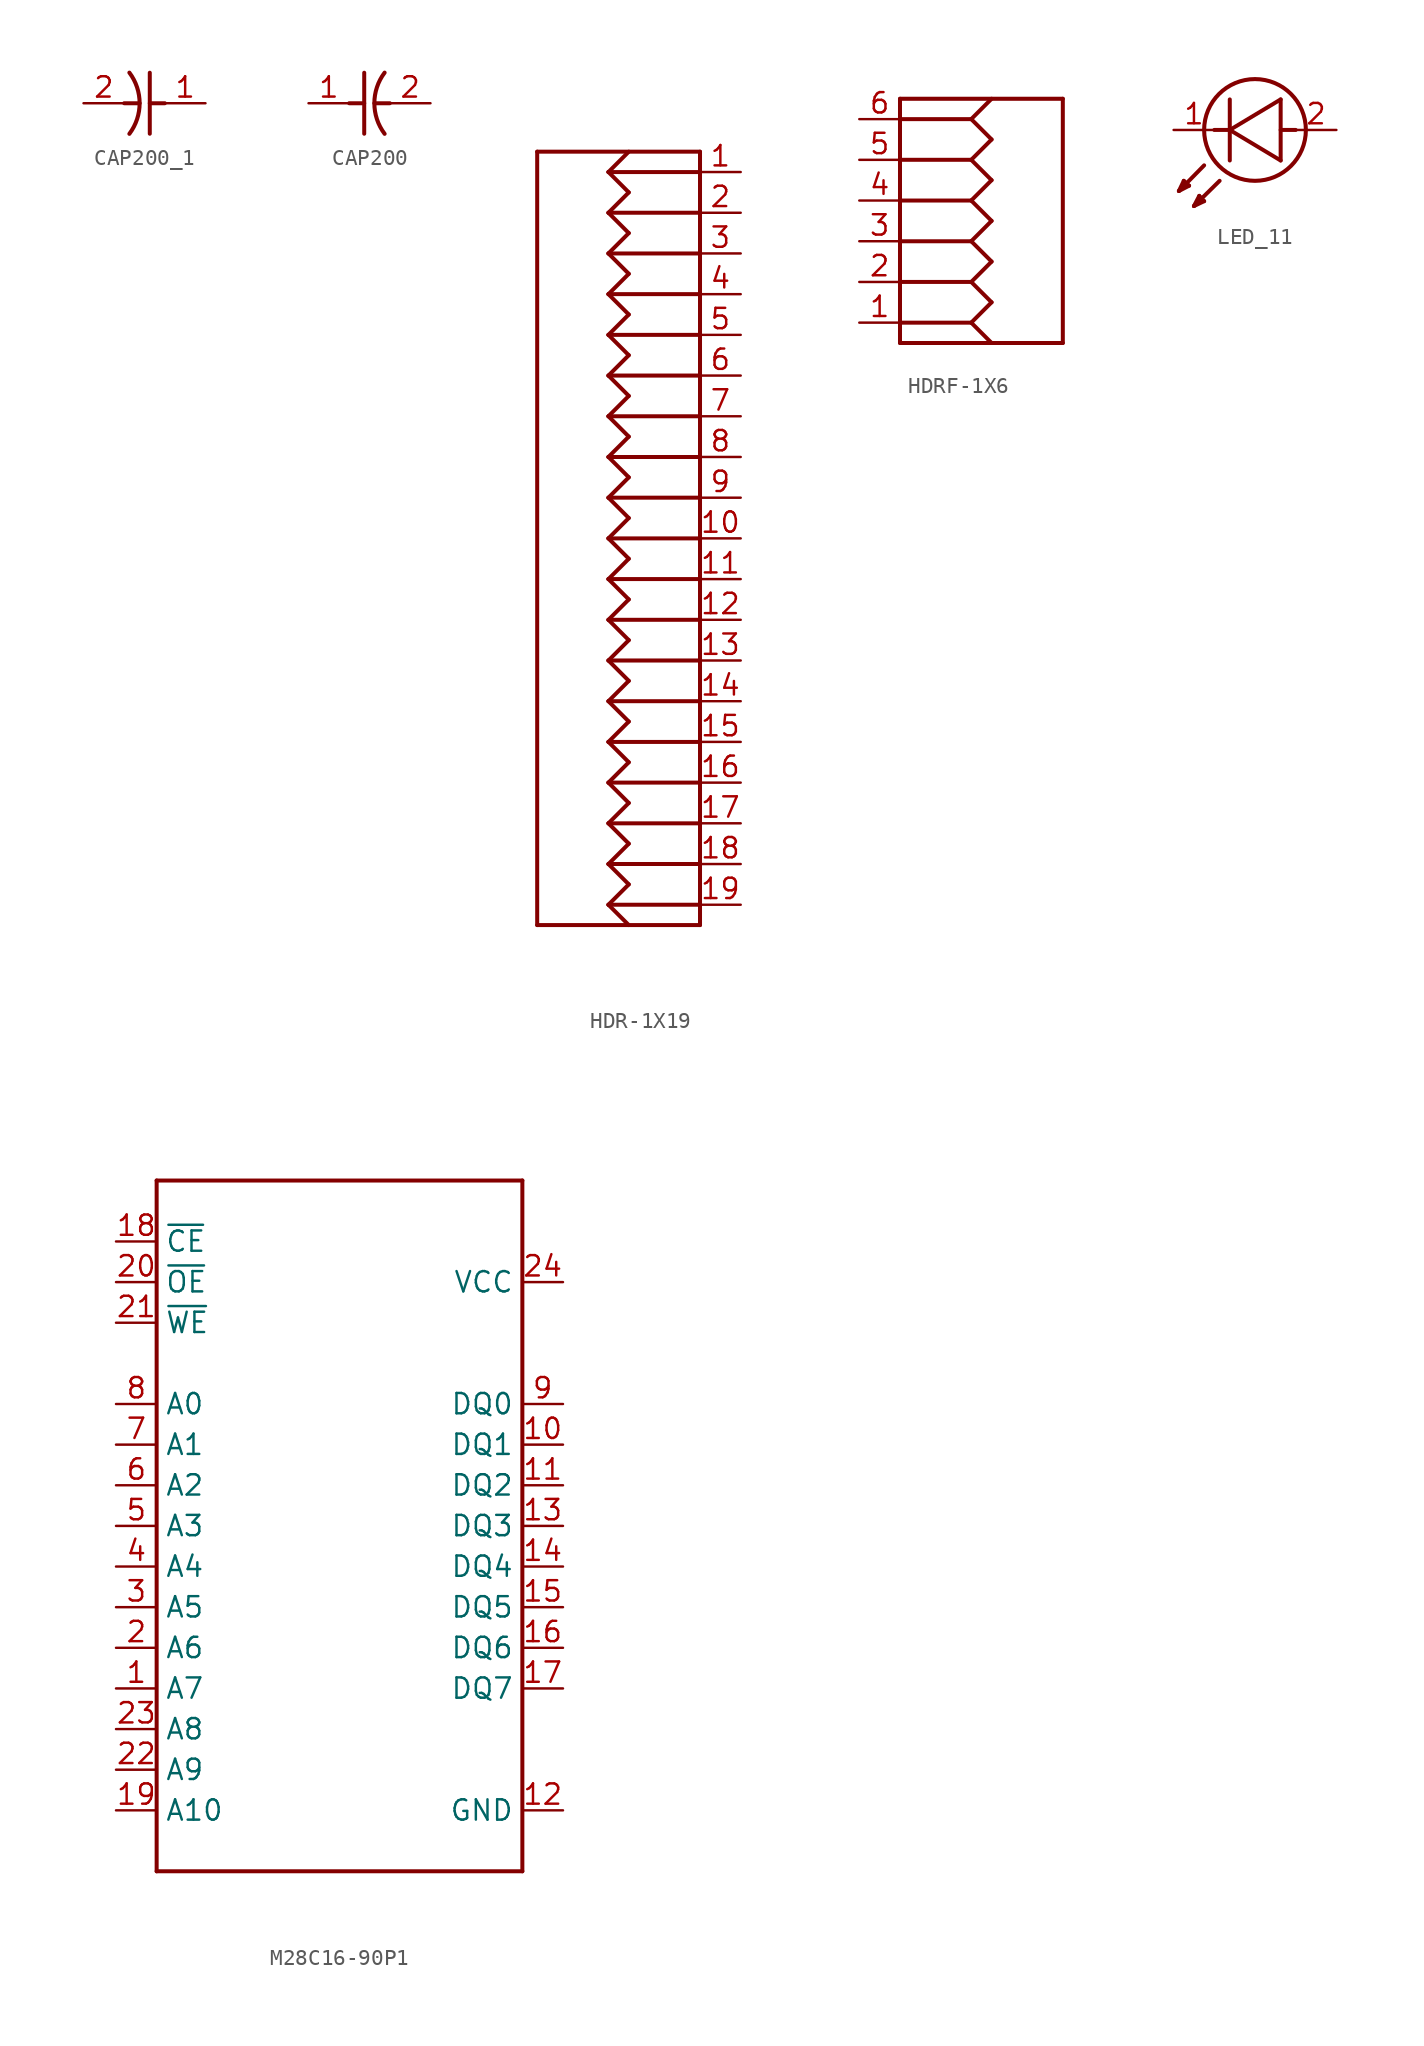
<source format=kicad_sym>
(kicad_symbol_lib
  (version 20220914)
  (generator kicad_symbol_editor)
  (symbol "CAP200_1"
    (property "Reference" "C"
      (at 0 0 0)
      (effects (font (size 1.27 1.27)) hide))
    (property "ki_locked" ""
      (at 0 0 0)
      (effects (font (size 1.27 1.27))))
    (symbol "CAP200_1_1_0"
      (arc (start -0.944 -1.911) (mid -0.3044 -0.0001) (end -0.9439 1.9109) (stroke (width 0.254) (type solid)) (fill (type none)))
      (polyline (pts (xy -0.305 0) (xy -1.27 0)) (stroke (width 0.25) (type solid)) (fill (type none)))
      (polyline (pts (xy 0.33 -1.905) (xy 0.33 1.905)) (stroke (width 0.25) (type solid)) (fill (type none)))
      (polyline (pts (xy 1.27 0) (xy 0.33 0)) (stroke (width 0.25) (type solid)) (fill (type none)))
      (pin passive line (at 3.81 0 180) (length 2.54) (name "1" (effects (font (size 0 0)))) (number "1" (effects (font (size 1.27 1.27)))))
      (pin passive line (at -3.81 0 0) (length 2.54) (name "2" (effects (font (size 0 0)))) (number "2" (effects (font (size 1.27 1.27)))))))
  (symbol "CAP200"
    (property "Reference" "C"
      (at 0 0 0)
      (effects (font (size 1.27 1.27)) hide))
    (property "ki_locked" ""
      (at 0 0 0)
      (effects (font (size 1.27 1.27))))
    (symbol "CAP200_1_0"
      (polyline (pts (xy -1.27 0) (xy -0.33 0)) (stroke (width 0.25) (type solid)) (fill (type none)))
      (polyline (pts (xy -0.33 -1.905) (xy -0.33 1.905)) (stroke (width 0.25) (type solid)) (fill (type none)))
      (polyline (pts (xy 0.305 0) (xy 1.27 0)) (stroke (width 0.25) (type solid)) (fill (type none)))
      (arc (start 0.944 1.911) (mid 0.3044 0.0001) (end 0.9439 -1.9109) (stroke (width 0.254) (type solid)) (fill (type none)))
      (pin passive line (at -3.81 0 0) (length 2.54) (name "1" (effects (font (size 0 0)))) (number "1" (effects (font (size 1.27 1.27)))))
      (pin passive line (at 3.81 0 180) (length 2.54) (name "2" (effects (font (size 0 0)))) (number "2" (effects (font (size 1.27 1.27)))))))
  (symbol "HDR-1X19"
    (property "Reference" "J"
      (at 0 0 0)
      (effects (font (size 1.27 1.27)) hide))
    (property "ki_locked" ""
      (at 0 0 0)
      (effects (font (size 1.27 1.27))))
    (symbol "HDR-1X19_1_0"
      (polyline (pts (xy -5.08 -24.13) (xy -5.08 24.13)) (stroke (width 0.25) (type solid)) (fill (type none)))
      (polyline (pts (xy -5.08 24.13) (xy 5.08 24.13)) (stroke (width 0.25) (type solid)) (fill (type none)))
      (polyline (pts (xy -0.635 -22.86) (xy 0.635 -24.13)) (stroke (width 0.25) (type solid)) (fill (type none)))
      (polyline (pts (xy -0.635 -22.86) (xy 0.635 -21.59)) (stroke (width 0.25) (type solid)) (fill (type none)))
      (polyline (pts (xy -0.635 -22.86) (xy 5.08 -22.86)) (stroke (width 0.25) (type solid)) (fill (type none)))
      (polyline (pts (xy -0.635 -20.32) (xy 0.635 -21.59)) (stroke (width 0.25) (type solid)) (fill (type none)))
      (polyline (pts (xy -0.635 -20.32) (xy 0.635 -19.05)) (stroke (width 0.25) (type solid)) (fill (type none)))
      (polyline (pts (xy -0.635 -20.32) (xy 5.08 -20.32)) (stroke (width 0.25) (type solid)) (fill (type none)))
      (polyline (pts (xy -0.635 -17.78) (xy 0.635 -19.05)) (stroke (width 0.25) (type solid)) (fill (type none)))
      (polyline (pts (xy -0.635 -17.78) (xy 0.635 -16.51)) (stroke (width 0.25) (type solid)) (fill (type none)))
      (polyline (pts (xy -0.635 -17.78) (xy 5.08 -17.78)) (stroke (width 0.25) (type solid)) (fill (type none)))
      (polyline (pts (xy -0.635 -15.24) (xy 0.635 -16.51)) (stroke (width 0.25) (type solid)) (fill (type none)))
      (polyline (pts (xy -0.635 -15.24) (xy 0.635 -13.97)) (stroke (width 0.25) (type solid)) (fill (type none)))
      (polyline (pts (xy -0.635 -15.24) (xy 5.08 -15.24)) (stroke (width 0.25) (type solid)) (fill (type none)))
      (polyline (pts (xy -0.635 -12.7) (xy 0.635 -13.97)) (stroke (width 0.25) (type solid)) (fill (type none)))
      (polyline (pts (xy -0.635 -12.7) (xy 0.635 -11.43)) (stroke (width 0.25) (type solid)) (fill (type none)))
      (polyline (pts (xy -0.635 -12.7) (xy 5.08 -12.7)) (stroke (width 0.25) (type solid)) (fill (type none)))
      (polyline (pts (xy -0.635 -10.16) (xy 0.635 -11.43)) (stroke (width 0.25) (type solid)) (fill (type none)))
      (polyline (pts (xy -0.635 -10.16) (xy 0.635 -8.89)) (stroke (width 0.25) (type solid)) (fill (type none)))
      (polyline (pts (xy -0.635 -10.16) (xy 5.08 -10.16)) (stroke (width 0.25) (type solid)) (fill (type none)))
      (polyline (pts (xy -0.635 -7.62) (xy 0.635 -8.89)) (stroke (width 0.25) (type solid)) (fill (type none)))
      (polyline (pts (xy -0.635 -7.62) (xy 0.635 -6.35)) (stroke (width 0.25) (type solid)) (fill (type none)))
      (polyline (pts (xy -0.635 -7.62) (xy 5.08 -7.62)) (stroke (width 0.25) (type solid)) (fill (type none)))
      (polyline (pts (xy -0.635 -5.08) (xy 0.635 -6.35)) (stroke (width 0.25) (type solid)) (fill (type none)))
      (polyline (pts (xy -0.635 -5.08) (xy 0.635 -3.81)) (stroke (width 0.25) (type solid)) (fill (type none)))
      (polyline (pts (xy -0.635 -5.08) (xy 5.08 -5.08)) (stroke (width 0.25) (type solid)) (fill (type none)))
      (polyline (pts (xy -0.635 -2.54) (xy 0.635 -3.81)) (stroke (width 0.25) (type solid)) (fill (type none)))
      (polyline (pts (xy -0.635 -2.54) (xy 0.635 -1.27)) (stroke (width 0.25) (type solid)) (fill (type none)))
      (polyline (pts (xy -0.635 -2.54) (xy 5.08 -2.54)) (stroke (width 0.25) (type solid)) (fill (type none)))
      (polyline (pts (xy -0.635 0) (xy 0.635 -1.27)) (stroke (width 0.25) (type solid)) (fill (type none)))
      (polyline (pts (xy -0.635 0) (xy 0.635 1.27)) (stroke (width 0.25) (type solid)) (fill (type none)))
      (polyline (pts (xy -0.635 0) (xy 5.08 0)) (stroke (width 0.25) (type solid)) (fill (type none)))
      (polyline (pts (xy -0.635 2.54) (xy 0.635 1.27)) (stroke (width 0.25) (type solid)) (fill (type none)))
      (polyline (pts (xy -0.635 2.54) (xy 0.635 3.81)) (stroke (width 0.25) (type solid)) (fill (type none)))
      (polyline (pts (xy -0.635 2.54) (xy 5.08 2.54)) (stroke (width 0.25) (type solid)) (fill (type none)))
      (polyline (pts (xy -0.635 5.08) (xy 0.635 3.81)) (stroke (width 0.25) (type solid)) (fill (type none)))
      (polyline (pts (xy -0.635 5.08) (xy 0.635 6.35)) (stroke (width 0.25) (type solid)) (fill (type none)))
      (polyline (pts (xy -0.635 5.08) (xy 5.08 5.08)) (stroke (width 0.25) (type solid)) (fill (type none)))
      (polyline (pts (xy -0.635 7.62) (xy 0.635 6.35)) (stroke (width 0.25) (type solid)) (fill (type none)))
      (polyline (pts (xy -0.635 7.62) (xy 0.635 8.89)) (stroke (width 0.25) (type solid)) (fill (type none)))
      (polyline (pts (xy -0.635 7.62) (xy 5.08 7.62)) (stroke (width 0.25) (type solid)) (fill (type none)))
      (polyline (pts (xy -0.635 10.16) (xy 0.635 8.89)) (stroke (width 0.25) (type solid)) (fill (type none)))
      (polyline (pts (xy -0.635 10.16) (xy 0.635 11.43)) (stroke (width 0.25) (type solid)) (fill (type none)))
      (polyline (pts (xy -0.635 10.16) (xy 5.08 10.16)) (stroke (width 0.25) (type solid)) (fill (type none)))
      (polyline (pts (xy -0.635 12.7) (xy 0.635 11.43)) (stroke (width 0.25) (type solid)) (fill (type none)))
      (polyline (pts (xy -0.635 12.7) (xy 0.635 13.97)) (stroke (width 0.25) (type solid)) (fill (type none)))
      (polyline (pts (xy -0.635 12.7) (xy 5.08 12.7)) (stroke (width 0.25) (type solid)) (fill (type none)))
      (polyline (pts (xy -0.635 15.24) (xy 0.635 13.97)) (stroke (width 0.25) (type solid)) (fill (type none)))
      (polyline (pts (xy -0.635 15.24) (xy 0.635 16.51)) (stroke (width 0.25) (type solid)) (fill (type none)))
      (polyline (pts (xy -0.635 15.24) (xy 5.08 15.24)) (stroke (width 0.25) (type solid)) (fill (type none)))
      (polyline (pts (xy -0.635 17.78) (xy 0.635 16.51)) (stroke (width 0.25) (type solid)) (fill (type none)))
      (polyline (pts (xy -0.635 17.78) (xy 0.635 19.05)) (stroke (width 0.25) (type solid)) (fill (type none)))
      (polyline (pts (xy -0.635 17.78) (xy 5.08 17.78)) (stroke (width 0.25) (type solid)) (fill (type none)))
      (polyline (pts (xy -0.635 20.32) (xy 0.635 19.05)) (stroke (width 0.25) (type solid)) (fill (type none)))
      (polyline (pts (xy -0.635 20.32) (xy 0.635 21.59)) (stroke (width 0.25) (type solid)) (fill (type none)))
      (polyline (pts (xy -0.635 20.32) (xy 5.08 20.32)) (stroke (width 0.25) (type solid)) (fill (type none)))
      (polyline (pts (xy -0.635 22.86) (xy 0.635 21.59)) (stroke (width 0.25) (type solid)) (fill (type none)))
      (polyline (pts (xy -0.635 22.86) (xy 0.635 24.13)) (stroke (width 0.25) (type solid)) (fill (type none)))
      (polyline (pts (xy -0.635 22.86) (xy 5.08 22.86)) (stroke (width 0.25) (type solid)) (fill (type none)))
      (polyline (pts (xy 5.08 -24.13) (xy -5.08 -24.13)) (stroke (width 0.25) (type solid)) (fill (type none)))
      (polyline (pts (xy 5.08 24.13) (xy 5.08 -24.13)) (stroke (width 0.25) (type solid)) (fill (type none)))
      (pin passive line (at 7.62 22.86 180) (length 2.54) (name "P1" (effects (font (size 0 0)))) (number "1" (effects (font (size 1.27 1.27)))))
      (pin passive line (at 7.62 0 180) (length 2.54) (name "P10" (effects (font (size 0 0)))) (number "10" (effects (font (size 1.27 1.27)))))
      (pin passive line (at 7.62 -2.54 180) (length 2.54) (name "P11" (effects (font (size 0 0)))) (number "11" (effects (font (size 1.27 1.27)))))
      (pin passive line (at 7.62 -5.08 180) (length 2.54) (name "P12" (effects (font (size 0 0)))) (number "12" (effects (font (size 1.27 1.27)))))
      (pin passive line (at 7.62 -7.62 180) (length 2.54) (name "P13" (effects (font (size 0 0)))) (number "13" (effects (font (size 1.27 1.27)))))
      (pin passive line (at 7.62 -10.16 180) (length 2.54) (name "P14" (effects (font (size 0 0)))) (number "14" (effects (font (size 1.27 1.27)))))
      (pin passive line (at 7.62 -12.7 180) (length 2.54) (name "P15" (effects (font (size 0 0)))) (number "15" (effects (font (size 1.27 1.27)))))
      (pin passive line (at 7.62 -15.24 180) (length 2.54) (name "P16" (effects (font (size 0 0)))) (number "16" (effects (font (size 1.27 1.27)))))
      (pin passive line (at 7.62 -17.78 180) (length 2.54) (name "P17" (effects (font (size 0 0)))) (number "17" (effects (font (size 1.27 1.27)))))
      (pin passive line (at 7.62 -20.32 180) (length 2.54) (name "P18" (effects (font (size 0 0)))) (number "18" (effects (font (size 1.27 1.27)))))
      (pin passive line (at 7.62 -22.86 180) (length 2.54) (name "P19" (effects (font (size 0 0)))) (number "19" (effects (font (size 1.27 1.27)))))
      (pin passive line (at 7.62 20.32 180) (length 2.54) (name "P2" (effects (font (size 0 0)))) (number "2" (effects (font (size 1.27 1.27)))))
      (pin passive line (at 7.62 17.78 180) (length 2.54) (name "P3" (effects (font (size 0 0)))) (number "3" (effects (font (size 1.27 1.27)))))
      (pin passive line (at 7.62 15.24 180) (length 2.54) (name "P4" (effects (font (size 0 0)))) (number "4" (effects (font (size 1.27 1.27)))))
      (pin passive line (at 7.62 12.7 180) (length 2.54) (name "P5" (effects (font (size 0 0)))) (number "5" (effects (font (size 1.27 1.27)))))
      (pin passive line (at 7.62 10.16 180) (length 2.54) (name "P6" (effects (font (size 0 0)))) (number "6" (effects (font (size 1.27 1.27)))))
      (pin passive line (at 7.62 7.62 180) (length 2.54) (name "P7" (effects (font (size 0 0)))) (number "7" (effects (font (size 1.27 1.27)))))
      (pin passive line (at 7.62 5.08 180) (length 2.54) (name "P8" (effects (font (size 0 0)))) (number "8" (effects (font (size 1.27 1.27)))))
      (pin passive line (at 7.62 2.54 180) (length 2.54) (name "P9" (effects (font (size 0 0)))) (number "9" (effects (font (size 1.27 1.27)))))))
  (symbol "HDRF-1X6"
    (property "Reference" "J"
      (at 0 0 0)
      (effects (font (size 1.27 1.27)) hide))
    (property "ki_locked" ""
      (at 0 0 0)
      (effects (font (size 1.27 1.27))))
    (symbol "HDRF-1X6_1_0"
      (polyline (pts (xy -5.08 -7.62) (xy -5.08 7.62)) (stroke (width 0.25) (type solid)) (fill (type none)))
      (polyline (pts (xy -5.08 7.62) (xy 5.08 7.62)) (stroke (width 0.25) (type solid)) (fill (type none)))
      (polyline (pts (xy -0.635 -6.35) (xy -5.08 -6.35)) (stroke (width 0.25) (type solid)) (fill (type none)))
      (polyline (pts (xy -0.635 -6.35) (xy 0.635 -7.62)) (stroke (width 0.25) (type solid)) (fill (type none)))
      (polyline (pts (xy -0.635 -3.81) (xy -5.08 -3.81)) (stroke (width 0.25) (type solid)) (fill (type none)))
      (polyline (pts (xy -0.635 -3.81) (xy 0.635 -5.08)) (stroke (width 0.25) (type solid)) (fill (type none)))
      (polyline (pts (xy -0.635 -1.27) (xy -5.08 -1.27)) (stroke (width 0.25) (type solid)) (fill (type none)))
      (polyline (pts (xy -0.635 -1.27) (xy 0.635 -2.54)) (stroke (width 0.25) (type solid)) (fill (type none)))
      (polyline (pts (xy -0.635 1.27) (xy -5.08 1.27)) (stroke (width 0.25) (type solid)) (fill (type none)))
      (polyline (pts (xy -0.635 1.27) (xy 0.635 0)) (stroke (width 0.25) (type solid)) (fill (type none)))
      (polyline (pts (xy -0.635 3.81) (xy -5.08 3.81)) (stroke (width 0.25) (type solid)) (fill (type none)))
      (polyline (pts (xy -0.635 3.81) (xy 0.635 2.54)) (stroke (width 0.25) (type solid)) (fill (type none)))
      (polyline (pts (xy -0.635 6.35) (xy -5.08 6.35)) (stroke (width 0.25) (type solid)) (fill (type none)))
      (polyline (pts (xy -0.635 6.35) (xy 0.635 5.08)) (stroke (width 0.25) (type solid)) (fill (type none)))
      (polyline (pts (xy 0.635 -5.08) (xy -0.635 -6.35)) (stroke (width 0.25) (type solid)) (fill (type none)))
      (polyline (pts (xy 0.635 -2.54) (xy -0.635 -3.81)) (stroke (width 0.25) (type solid)) (fill (type none)))
      (polyline (pts (xy 0.635 0) (xy -0.635 -1.27)) (stroke (width 0.25) (type solid)) (fill (type none)))
      (polyline (pts (xy 0.635 2.54) (xy -0.635 1.27)) (stroke (width 0.25) (type solid)) (fill (type none)))
      (polyline (pts (xy 0.635 5.08) (xy -0.635 3.81)) (stroke (width 0.25) (type solid)) (fill (type none)))
      (polyline (pts (xy 0.635 7.62) (xy -0.635 6.35)) (stroke (width 0.25) (type solid)) (fill (type none)))
      (polyline (pts (xy 5.08 -7.62) (xy -5.08 -7.62)) (stroke (width 0.25) (type solid)) (fill (type none)))
      (polyline (pts (xy 5.08 7.62) (xy 5.08 -7.62)) (stroke (width 0.25) (type solid)) (fill (type none)))
      (pin passive line (at -7.62 -6.35 0) (length 2.54) (name "P1" (effects (font (size 0 0)))) (number "1" (effects (font (size 1.27 1.27)))))
      (pin passive line (at -7.62 -3.81 0) (length 2.54) (name "P2" (effects (font (size 0 0)))) (number "2" (effects (font (size 1.27 1.27)))))
      (pin passive line (at -7.62 -1.27 0) (length 2.54) (name "P3" (effects (font (size 0 0)))) (number "3" (effects (font (size 1.27 1.27)))))
      (pin passive line (at -7.62 1.27 0) (length 2.54) (name "P4" (effects (font (size 0 0)))) (number "4" (effects (font (size 1.27 1.27)))))
      (pin passive line (at -7.62 3.81 0) (length 2.54) (name "P5" (effects (font (size 0 0)))) (number "5" (effects (font (size 1.27 1.27)))))
      (pin passive line (at -7.62 6.35 0) (length 2.54) (name "P6" (effects (font (size 0 0)))) (number "6" (effects (font (size 1.27 1.27)))))))
  (symbol "LED_11"
    (property "Reference" "D"
      (at 0 0 0)
      (effects (font (size 1.27 1.27)) hide))
    (property "ki_locked" ""
      (at 0 0 0)
      (effects (font (size 1.27 1.27))))
    (symbol "LED_11_1_0"
      (polyline (pts (xy -3.962 -3.023) (xy -3.327 -2.692)) (stroke (width 0.25) (type solid)) (fill (type none)))
      (polyline (pts (xy -3.658 -2.388) (xy -3.962 -3.023)) (stroke (width 0.25) (type solid)) (fill (type none)))
      (polyline (pts (xy -3.327 -2.692) (xy -3.658 -2.388)) (stroke (width 0.25) (type solid)) (fill (type none)))
      (polyline (pts (xy -3.023 -3.962) (xy -2.388 -3.658)) (stroke (width 0.25) (type solid)) (fill (type none)))
      (polyline (pts (xy -2.692 -3.327) (xy -3.023 -3.962)) (stroke (width 0.25) (type solid)) (fill (type none)))
      (polyline (pts (xy -2.388 -3.658) (xy -2.692 -3.327)) (stroke (width 0.25) (type solid)) (fill (type none)))
      (polyline (pts (xy -2.388 -1.422) (xy -3.962 -3.023)) (stroke (width 0.25) (type solid)) (fill (type none)))
      (polyline (pts (xy -1.422 -2.388) (xy -3.023 -3.962)) (stroke (width 0.25) (type solid)) (fill (type none)))
      (polyline (pts (xy -0.787 0.787) (xy -1.753 0.787)) (stroke (width 0.25) (type solid)) (fill (type none)))
      (polyline (pts (xy -0.787 0.787) (xy 2.388 -1.118)) (stroke (width 0.25) (type solid)) (fill (type none)))
      (polyline (pts (xy -0.787 2.692) (xy -0.787 -1.118)) (stroke (width 0.25) (type solid)) (fill (type none)))
      (polyline (pts (xy 2.388 -1.118) (xy 2.388 2.692)) (stroke (width 0.25) (type solid)) (fill (type none)))
      (polyline (pts (xy 2.388 2.692) (xy -0.787 0.787)) (stroke (width 0.25) (type solid)) (fill (type none)))
      (polyline (pts (xy 3.327 0.787) (xy 2.388 0.787)) (stroke (width 0.25) (type solid)) (fill (type none)))
      (circle (center 0.787 0.787) (radius 3.175) (stroke (width 0.254) (type solid)) (fill (type none)))
      (pin passive line (at -4.293 0.787 0) (length 2.54) (name "K" (effects (font (size 0 0)))) (number "1" (effects (font (size 1.27 1.27)))))
      (pin passive line (at 5.867 0.787 180) (length 2.54) (name "A" (effects (font (size 0 0)))) (number "2" (effects (font (size 1.27 1.27)))))))
  (symbol "M28C16-90P1"
    (property "Reference" "U"
      (at 0 0 0)
      (effects (font (size 1.27 1.27)) hide))
    (property "ki_locked" ""
      (at 0 0 0)
      (effects (font (size 1.27 1.27))))
    (symbol "M28C16-90P1_1_0"
      (polyline (pts (xy -11.43 -21.59) (xy -11.43 21.59)) (stroke (width 0.25) (type solid)) (fill (type none)))
      (polyline (pts (xy -11.43 21.59) (xy 11.43 21.59)) (stroke (width 0.25) (type solid)) (fill (type none)))
      (polyline (pts (xy 11.43 -21.59) (xy -11.43 -21.59)) (stroke (width 0.25) (type solid)) (fill (type none)))
      (polyline (pts (xy 11.43 21.59) (xy 11.43 -21.59)) (stroke (width 0.25) (type solid)) (fill (type none)))
      (pin input line (at -13.97 -10.16 0) (length 2.54) (name "A7" (effects (font (size 1.27 1.27)))) (number "1" (effects (font (size 1.27 1.27)))))
      (pin bidirectional line (at 13.97 5.08 180) (length 2.54) (name "DQ1" (effects (font (size 1.27 1.27)))) (number "10" (effects (font (size 1.27 1.27)))))
      (pin bidirectional line (at 13.97 2.54 180) (length 2.54) (name "DQ2" (effects (font (size 1.27 1.27)))) (number "11" (effects (font (size 1.27 1.27)))))
      (pin power_in line (at 13.97 -17.78 180) (length 2.54) (name "GND" (effects (font (size 1.27 1.27)))) (number "12" (effects (font (size 1.27 1.27)))))
      (pin bidirectional line (at 13.97 0 180) (length 2.54) (name "DQ3" (effects (font (size 1.27 1.27)))) (number "13" (effects (font (size 1.27 1.27)))))
      (pin bidirectional line (at 13.97 -2.54 180) (length 2.54) (name "DQ4" (effects (font (size 1.27 1.27)))) (number "14" (effects (font (size 1.27 1.27)))))
      (pin bidirectional line (at 13.97 -5.08 180) (length 2.54) (name "DQ5" (effects (font (size 1.27 1.27)))) (number "15" (effects (font (size 1.27 1.27)))))
      (pin bidirectional line (at 13.97 -7.62 180) (length 2.54) (name "DQ6" (effects (font (size 1.27 1.27)))) (number "16" (effects (font (size 1.27 1.27)))))
      (pin bidirectional line (at 13.97 -10.16 180) (length 2.54) (name "DQ7" (effects (font (size 1.27 1.27)))) (number "17" (effects (font (size 1.27 1.27)))))
      (pin input line (at -13.97 17.78 0) (length 2.54) (name "~{CE}" (effects (font (size 1.27 1.27)))) (number "18" (effects (font (size 1.27 1.27)))))
      (pin input line (at -13.97 -17.78 0) (length 2.54) (name "A10" (effects (font (size 1.27 1.27)))) (number "19" (effects (font (size 1.27 1.27)))))
      (pin input line (at -13.97 -7.62 0) (length 2.54) (name "A6" (effects (font (size 1.27 1.27)))) (number "2" (effects (font (size 1.27 1.27)))))
      (pin input line (at -13.97 15.24 0) (length 2.54) (name "~{OE}" (effects (font (size 1.27 1.27)))) (number "20" (effects (font (size 1.27 1.27)))))
      (pin input line (at -13.97 12.7 0) (length 2.54) (name "~{WE}" (effects (font (size 1.27 1.27)))) (number "21" (effects (font (size 1.27 1.27)))))
      (pin input line (at -13.97 -15.24 0) (length 2.54) (name "A9" (effects (font (size 1.27 1.27)))) (number "22" (effects (font (size 1.27 1.27)))))
      (pin input line (at -13.97 -12.7 0) (length 2.54) (name "A8" (effects (font (size 1.27 1.27)))) (number "23" (effects (font (size 1.27 1.27)))))
      (pin power_in line (at 13.97 15.24 180) (length 2.54) (name "VCC" (effects (font (size 1.27 1.27)))) (number "24" (effects (font (size 1.27 1.27)))))
      (pin input line (at -13.97 -5.08 0) (length 2.54) (name "A5" (effects (font (size 1.27 1.27)))) (number "3" (effects (font (size 1.27 1.27)))))
      (pin input line (at -13.97 -2.54 0) (length 2.54) (name "A4" (effects (font (size 1.27 1.27)))) (number "4" (effects (font (size 1.27 1.27)))))
      (pin input line (at -13.97 0 0) (length 2.54) (name "A3" (effects (font (size 1.27 1.27)))) (number "5" (effects (font (size 1.27 1.27)))))
      (pin input line (at -13.97 2.54 0) (length 2.54) (name "A2" (effects (font (size 1.27 1.27)))) (number "6" (effects (font (size 1.27 1.27)))))
      (pin input line (at -13.97 5.08 0) (length 2.54) (name "A1" (effects (font (size 1.27 1.27)))) (number "7" (effects (font (size 1.27 1.27)))))
      (pin input line (at -13.97 7.62 0) (length 2.54) (name "A0" (effects (font (size 1.27 1.27)))) (number "8" (effects (font (size 1.27 1.27)))))
      (pin bidirectional line (at 13.97 7.62 180) (length 2.54) (name "DQ0" (effects (font (size 1.27 1.27)))) (number "9" (effects (font (size 1.27 1.27))))))))
</source>
